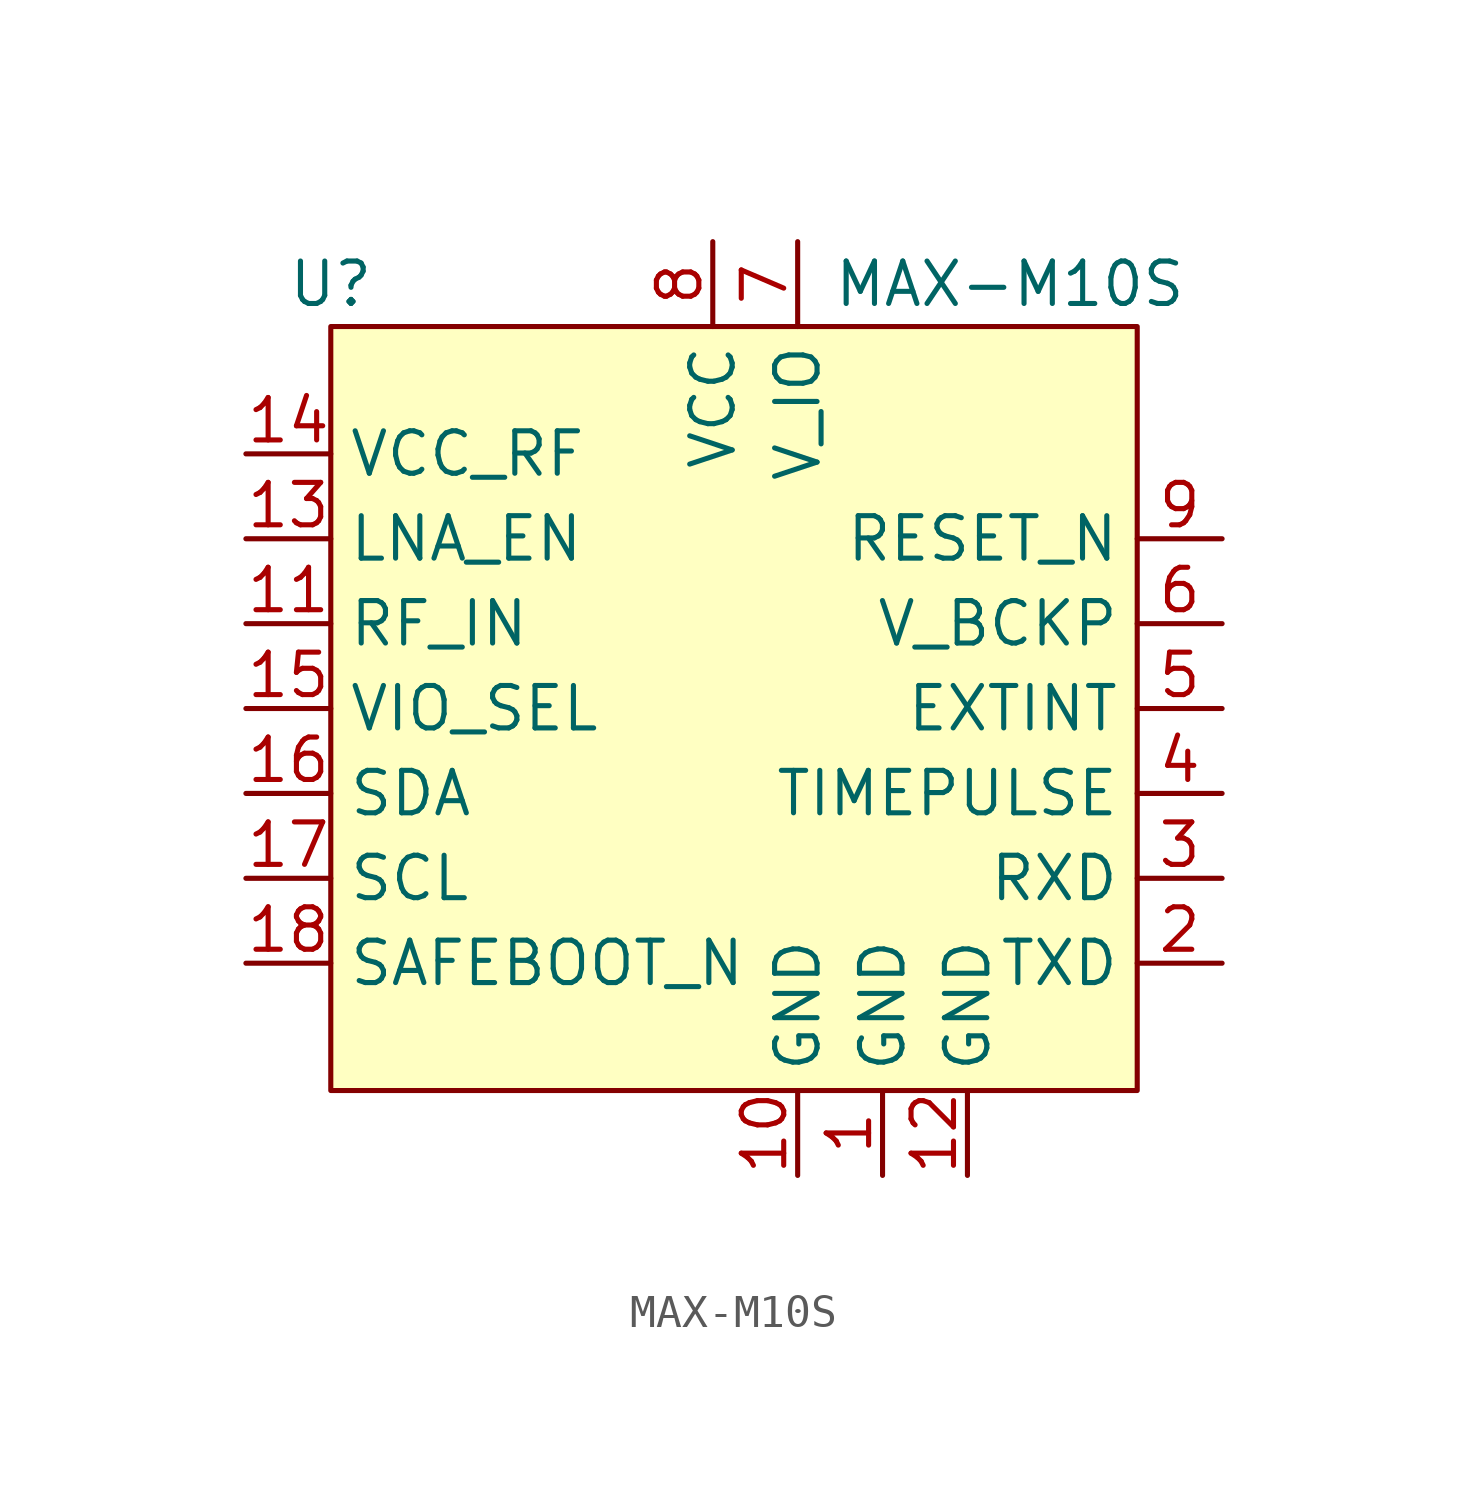
<source format=kicad_sym>
(kicad_symbol_lib
  (version 20211014)
  (generator kicad_symbol_editor)
  (symbol "MAX-M10S"
    (property "Reference" "U"
      (at -12.7 12.7 0)
      (effects (font (size 1.27 1.27))))
    (property "Value" "MAX-M10S"
      (at 7.62 12.7 0)
      (effects (font (size 1.27 1.27))))
    (symbol "MAX-M10S_0_1"
      (rectangle (start -12.7 11.43) (end 11.43 -11.43) (stroke (width 0) (type default) (color 0 0 0 0)) (fill (type background))))
    (symbol "MAX-M10S_1_1"
      (pin power_out line (at 3.81 -13.97 90) (length 2.54) (name "GND" (effects (font (size 1.27 1.27)))) (number "1" (effects (font (size 1.27 1.27)))))
      (pin power_out line (at 1.27 -13.97 90) (length 2.54) (name "GND" (effects (font (size 1.27 1.27)))) (number "10" (effects (font (size 1.27 1.27)))))
      (pin input line (at -15.24 2.54 0) (length 2.54) (name "RF_IN" (effects (font (size 1.27 1.27)))) (number "11" (effects (font (size 1.27 1.27)))))
      (pin power_out line (at 6.35 -13.97 90) (length 2.54) (name "GND" (effects (font (size 1.27 1.27)))) (number "12" (effects (font (size 1.27 1.27)))))
      (pin unspecified line (at -15.24 5.08 0) (length 2.54) (name "LNA_EN" (effects (font (size 1.27 1.27)))) (number "13" (effects (font (size 1.27 1.27)))))
      (pin unspecified line (at -15.24 7.62 0) (length 2.54) (name "VCC_RF" (effects (font (size 1.27 1.27)))) (number "14" (effects (font (size 1.27 1.27)))))
      (pin unspecified line (at -15.24 0 0) (length 2.54) (name "VIO_SEL" (effects (font (size 1.27 1.27)))) (number "15" (effects (font (size 1.27 1.27)))))
      (pin bidirectional line (at -15.24 -2.54 0) (length 2.54) (name "SDA" (effects (font (size 1.27 1.27)))) (number "16" (effects (font (size 1.27 1.27)))))
      (pin input line (at -15.24 -5.08 0) (length 2.54) (name "SCL" (effects (font (size 1.27 1.27)))) (number "17" (effects (font (size 1.27 1.27)))))
      (pin unspecified line (at -15.24 -7.62 0) (length 2.54) (name "SAFEBOOT_N" (effects (font (size 1.27 1.27)))) (number "18" (effects (font (size 1.27 1.27)))))
      (pin output line (at 13.97 -7.62 180) (length 2.54) (name "TXD" (effects (font (size 1.27 1.27)))) (number "2" (effects (font (size 1.27 1.27)))))
      (pin input line (at 13.97 -5.08 180) (length 2.54) (name "RXD" (effects (font (size 1.27 1.27)))) (number "3" (effects (font (size 1.27 1.27)))))
      (pin unspecified line (at 13.97 -2.54 180) (length 2.54) (name "TIMEPULSE" (effects (font (size 1.27 1.27)))) (number "4" (effects (font (size 1.27 1.27)))))
      (pin input line (at 13.97 0 180) (length 2.54) (name "EXTINT" (effects (font (size 1.27 1.27)))) (number "5" (effects (font (size 1.27 1.27)))))
      (pin power_in line (at 13.97 2.54 180) (length 2.54) (name "V_BCKP" (effects (font (size 1.27 1.27)))) (number "6" (effects (font (size 1.27 1.27)))))
      (pin power_in line (at 1.27 13.97 270) (length 2.54) (name "V_IO" (effects (font (size 1.27 1.27)))) (number "7" (effects (font (size 1.27 1.27)))))
      (pin power_in line (at -1.27 13.97 270) (length 2.54) (name "VCC" (effects (font (size 1.27 1.27)))) (number "8" (effects (font (size 1.27 1.27)))))
      (pin input line (at 13.97 5.08 180) (length 2.54) (name "RESET_N" (effects (font (size 1.27 1.27)))) (number "9" (effects (font (size 1.27 1.27))))))))
</source>
